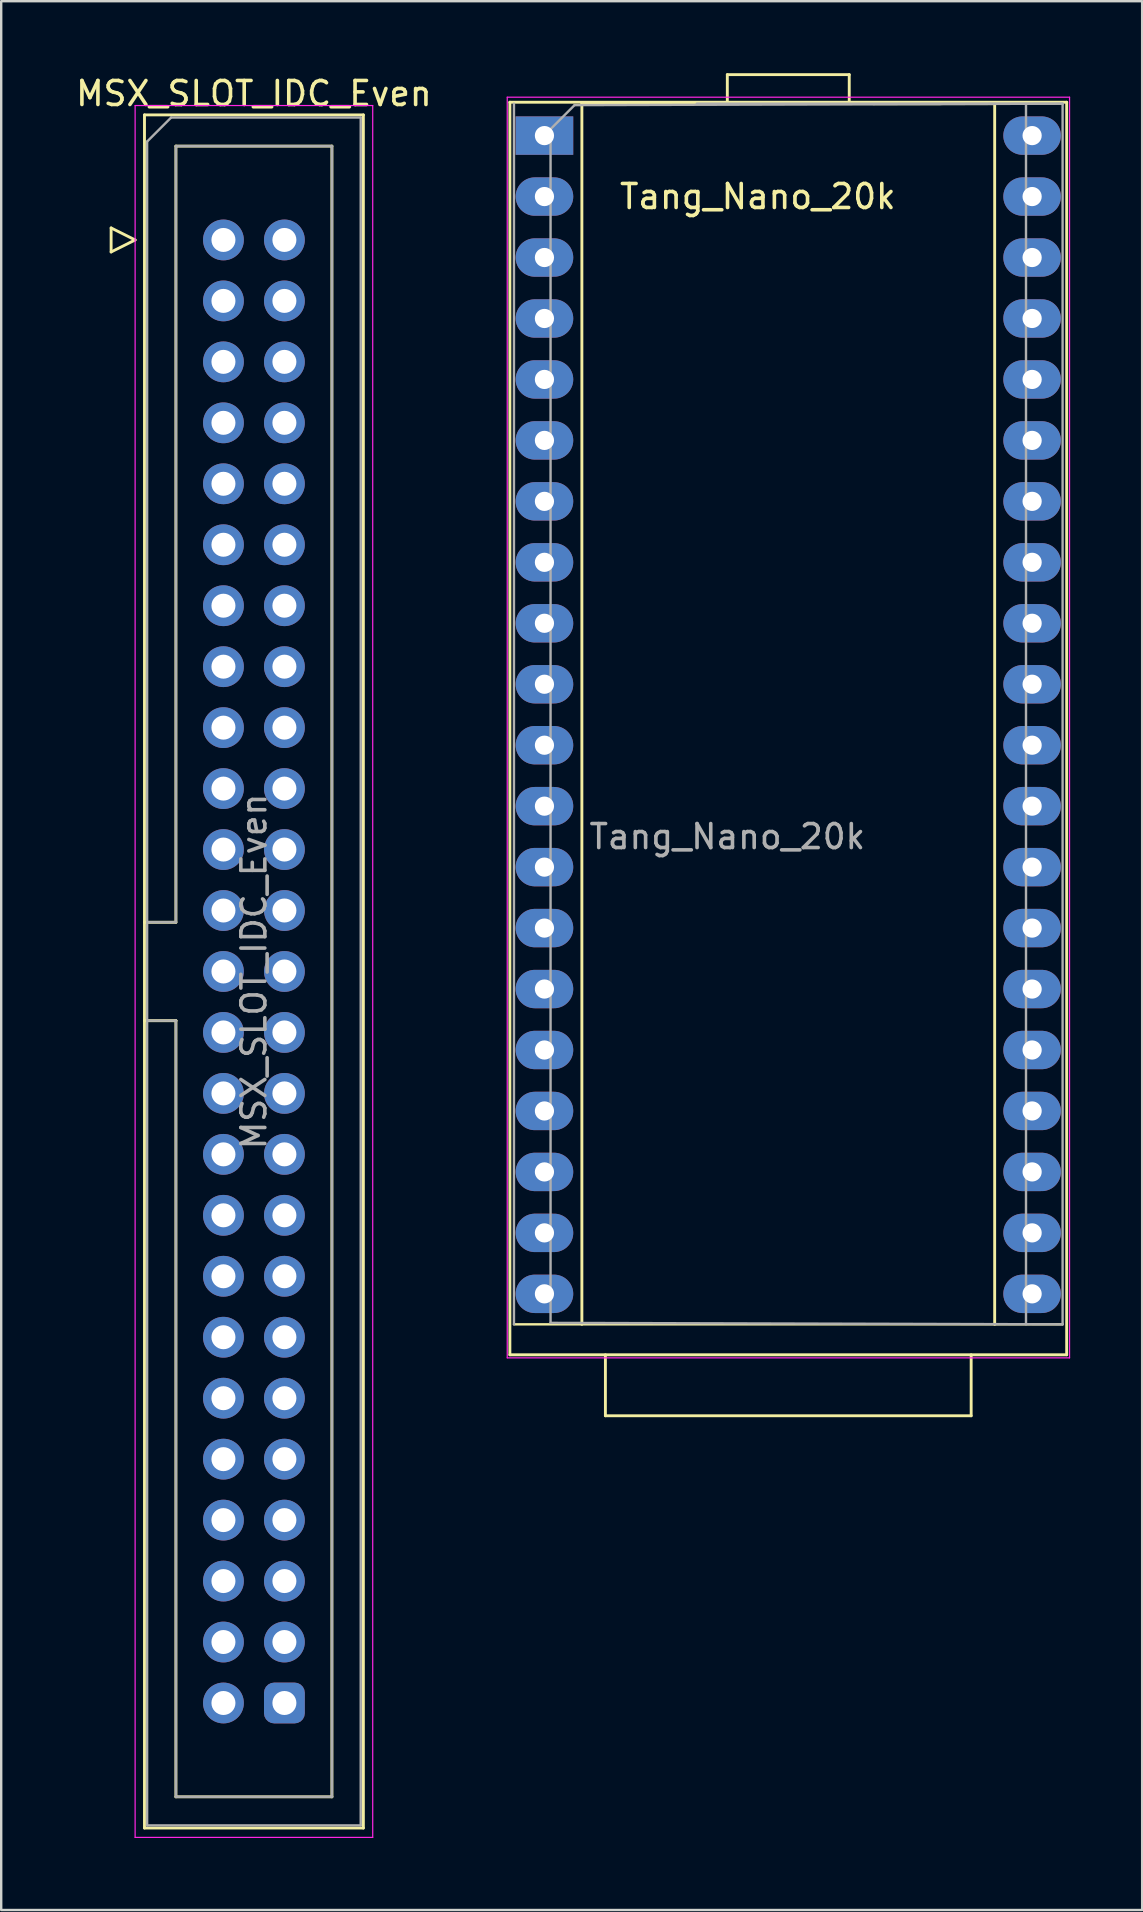
<source format=kicad_pcb>
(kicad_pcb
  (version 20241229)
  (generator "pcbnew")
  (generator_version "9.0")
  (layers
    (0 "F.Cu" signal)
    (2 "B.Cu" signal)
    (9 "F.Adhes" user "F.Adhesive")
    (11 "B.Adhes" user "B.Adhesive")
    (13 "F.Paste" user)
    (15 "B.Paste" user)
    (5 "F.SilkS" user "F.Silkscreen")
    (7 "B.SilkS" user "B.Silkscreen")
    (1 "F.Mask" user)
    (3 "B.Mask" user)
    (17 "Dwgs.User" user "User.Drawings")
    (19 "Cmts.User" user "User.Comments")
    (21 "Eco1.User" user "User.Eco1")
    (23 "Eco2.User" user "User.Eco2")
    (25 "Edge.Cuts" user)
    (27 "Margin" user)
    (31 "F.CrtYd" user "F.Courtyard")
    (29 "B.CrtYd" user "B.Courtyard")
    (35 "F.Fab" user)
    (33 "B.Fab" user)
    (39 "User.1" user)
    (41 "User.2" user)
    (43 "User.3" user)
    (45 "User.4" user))
  (footprint "Tang_Nano_20k"
    (layer "F.Cu")
    (at 19.635 2.6)
    (property "Reference" "Tang_Nano_20k" (at 8.89 2.54 0) (layer "F.SilkS") (effects (font (size 1 1) (thickness 0.15))))
    (attr through_hole)
    (fp_line (start -1.44 -1.39) (end -1.44 50.8) (stroke (width 0.12) (type solid)) (layer "F.SilkS"))
    (fp_line (start -1.44 50.8) (end 21.76 50.8) (stroke (width 0.12) (type solid)) (layer "F.SilkS"))
    (fp_line (start -1.27 49.53) (end 21.59 49.53) (stroke (width 0.1) (type solid)) (layer "F.SilkS"))
    (fp_line (start 1.56 -1.33) (end 1.56 49.53) (stroke (width 0.12) (type solid)) (layer "F.SilkS"))
    (fp_line (start 2.54 50.8) (end 2.54 53.34) (stroke (width 0.12) (type solid)) (layer "F.SilkS"))
    (fp_line (start 2.54 53.34) (end 17.78 53.34) (stroke (width 0.12) (type solid)) (layer "F.SilkS"))
    (fp_line (start 7.62 -2.54) (end 12.7 -2.54) (stroke (width 0.12) (type solid)) (layer "F.SilkS"))
    (fp_line (start 7.62 -1.33) (end 7.62 -2.54) (stroke (width 0.12) (type solid)) (layer "F.SilkS"))
    (fp_line (start 12.7 -2.54) (end 12.7 -1.397) (stroke (width 0.12) (type solid)) (layer "F.SilkS"))
    (fp_line (start 16.51 -1.33) (end 1.56 -1.33) (stroke (width 0.12) (type solid)) (layer "F.SilkS"))
    (fp_line (start 17.78 53.34) (end 17.78 50.8) (stroke (width 0.12) (type solid)) (layer "F.SilkS"))
    (fp_line (start 18.76 -1.33) (end 13.7 -1.33) (stroke (width 0.12) (type solid)) (layer "F.SilkS"))
    (fp_line (start 18.76 49.53) (end 18.76 -1.33) (stroke (width 0.12) (type solid)) (layer "F.SilkS"))
    (fp_line (start 21.76 -1.39) (end -1.44 -1.39) (stroke (width 0.12) (type solid)) (layer "F.SilkS"))
    (fp_line (start 21.76 50.8) (end 21.76 -1.39) (stroke (width 0.12) (type solid)) (layer "F.SilkS"))
    (fp_line (start -1.55 -1.6) (end -1.55 50.927) (stroke (width 0.05) (type solid)) (layer "F.CrtYd"))
    (fp_line (start -1.55 50.927) (end 21.88 50.927) (stroke (width 0.05) (type solid)) (layer "F.CrtYd"))
    (fp_line (start 21.88 -1.6) (end -1.55 -1.6) (stroke (width 0.05) (type solid)) (layer "F.CrtYd"))
    (fp_line (start 21.88 50.927) (end 21.88 -1.6) (stroke (width 0.05) (type solid)) (layer "F.CrtYd"))
    (fp_line (start -1.27 -1.33) (end -1.27 49.53) (stroke (width 0.1) (type solid)) (layer "F.Fab"))
    (fp_line (start 0.255 -0.27) (end 1.255 -1.27) (stroke (width 0.1) (type solid)) (layer "F.Fab"))
    (fp_line (start 0.255 49.47) (end 0.255 -0.27) (stroke (width 0.1) (type solid)) (layer "F.Fab"))
    (fp_line (start 1.255 -1.27) (end 21.59 -1.33) (stroke (width 0.1) (type solid)) (layer "F.Fab"))
    (fp_line (start 20.065 -1.27) (end 20.065 49.53) (stroke (width 0.1) (type solid)) (layer "F.Fab"))
    (fp_line (start 21.59 -1.33) (end 6.35 -1.33) (stroke (width 0.1) (type solid)) (layer "F.Fab"))
    (fp_line (start 21.59 49.53) (end 0.255 49.47) (stroke (width 0.1) (type solid)) (layer "F.Fab"))
    (fp_line (start 21.59 49.53) (end 21.59 -1.33) (stroke (width 0.1) (type solid)) (layer "F.Fab"))
    (fp_text user "${REFERENCE}" (at 7.62 29.21 0) (layer "F.Fab") (effects (font (size 1 1) (thickness 0.15))))
    (pad "1" thru_hole rect (at 0 0) (size 2.4 1.6) (drill 0.8) (layers "*.Cu" "*.Mask"))
    (pad "2" thru_hole oval (at 0 2.54) (size 2.4 1.6) (drill 0.8) (layers "*.Cu" "*.Mask"))
    (pad "3" thru_hole oval (at 0 5.08) (size 2.4 1.6) (drill 0.8) (layers "*.Cu" "*.Mask"))
    (pad "4" thru_hole oval (at 0 7.62) (size 2.4 1.6) (drill 0.8) (layers "*.Cu" "*.Mask"))
    (pad "5" thru_hole oval (at 0 10.16) (size 2.4 1.6) (drill 0.8) (layers "*.Cu" "*.Mask"))
    (pad "6" thru_hole oval (at 0 12.7) (size 2.4 1.6) (drill 0.8) (layers "*.Cu" "*.Mask"))
    (pad "7" thru_hole oval (at 0 15.24) (size 2.4 1.6) (drill 0.8) (layers "*.Cu" "*.Mask"))
    (pad "8" thru_hole oval (at 0 17.78) (size 2.4 1.6) (drill 0.8) (layers "*.Cu" "*.Mask"))
    (pad "9" thru_hole oval (at 0 20.32) (size 2.4 1.6) (drill 0.8) (layers "*.Cu" "*.Mask"))
    (pad "10" thru_hole oval (at 0 22.86) (size 2.4 1.6) (drill 0.8) (layers "*.Cu" "*.Mask"))
    (pad "11" thru_hole oval (at 0 25.4) (size 2.4 1.6) (drill 0.8) (layers "*.Cu" "*.Mask"))
    (pad "12" thru_hole oval (at 0 27.94) (size 2.4 1.6) (drill 0.8) (layers "*.Cu" "*.Mask"))
    (pad "13" thru_hole oval (at 0 30.48) (size 2.4 1.6) (drill 0.8) (layers "*.Cu" "*.Mask"))
    (pad "14" thru_hole oval (at 0 33.02) (size 2.4 1.6) (drill 0.8) (layers "*.Cu" "*.Mask"))
    (pad "15" thru_hole oval (at 0 35.56) (size 2.4 1.6) (drill 0.8) (layers "*.Cu" "*.Mask"))
    (pad "16" thru_hole oval (at 0 38.1) (size 2.4 1.6) (drill 0.8) (layers "*.Cu" "*.Mask"))
    (pad "17" thru_hole oval (at 0 40.64) (size 2.4 1.6) (drill 0.8) (layers "*.Cu" "*.Mask"))
    (pad "18" thru_hole oval (at 0 43.18) (size 2.4 1.6) (drill 0.8) (layers "*.Cu" "*.Mask"))
    (pad "19" thru_hole oval (at 0 45.72) (size 2.4 1.6) (drill 0.8) (layers "*.Cu" "*.Mask"))
    (pad "20" thru_hole oval (at 0 48.26) (size 2.4 1.6) (drill 0.8) (layers "*.Cu" "*.Mask"))
    (pad "21" thru_hole oval (at 20.32 48.26) (size 2.4 1.6) (drill 0.8) (layers "*.Cu" "*.Mask"))
    (pad "22" thru_hole oval (at 20.32 45.72) (size 2.4 1.6) (drill 0.8) (layers "*.Cu" "*.Mask"))
    (pad "23" thru_hole oval (at 20.32 43.18) (size 2.4 1.6) (drill 0.8) (layers "*.Cu" "*.Mask"))
    (pad "24" thru_hole oval (at 20.32 40.64) (size 2.4 1.6) (drill 0.8) (layers "*.Cu" "*.Mask"))
    (pad "25" thru_hole oval (at 20.32 38.1) (size 2.4 1.6) (drill 0.8) (layers "*.Cu" "*.Mask"))
    (pad "26" thru_hole oval (at 20.32 35.56) (size 2.4 1.6) (drill 0.8) (layers "*.Cu" "*.Mask"))
    (pad "27" thru_hole oval (at 20.32 33.02) (size 2.4 1.6) (drill 0.8) (layers "*.Cu" "*.Mask"))
    (pad "28" thru_hole oval (at 20.32 30.48) (size 2.4 1.6) (drill 0.8) (layers "*.Cu" "*.Mask"))
    (pad "29" thru_hole oval (at 20.32 27.94) (size 2.4 1.6) (drill 0.8) (layers "*.Cu" "*.Mask"))
    (pad "30" thru_hole oval (at 20.32 25.4) (size 2.4 1.6) (drill 0.8) (layers "*.Cu" "*.Mask"))
    (pad "31" thru_hole oval (at 20.32 22.86) (size 2.4 1.6) (drill 0.8) (layers "*.Cu" "*.Mask"))
    (pad "32" thru_hole oval (at 20.32 20.32) (size 2.4 1.6) (drill 0.8) (layers "*.Cu" "*.Mask"))
    (pad "33" thru_hole oval (at 20.32 17.78) (size 2.4 1.6) (drill 0.8) (layers "*.Cu" "*.Mask"))
    (pad "34" thru_hole oval (at 20.32 15.24) (size 2.4 1.6) (drill 0.8) (layers "*.Cu" "*.Mask"))
    (pad "35" thru_hole oval (at 20.32 12.7) (size 2.4 1.6) (drill 0.8) (layers "*.Cu" "*.Mask"))
    (pad "36" thru_hole oval (at 20.32 10.16) (size 2.4 1.6) (drill 0.8) (layers "*.Cu" "*.Mask"))
    (pad "37" thru_hole oval (at 20.32 7.62) (size 2.4 1.6) (drill 0.8) (layers "*.Cu" "*.Mask"))
    (pad "38" thru_hole oval (at 20.32 5.08) (size 2.4 1.6) (drill 0.8) (layers "*.Cu" "*.Mask"))
    (pad "39" thru_hole oval (at 20.32 2.54) (size 2.4 1.6) (drill 0.8) (layers "*.Cu" "*.Mask"))
    (pad "40" thru_hole oval (at 20.32 0) (size 2.4 1.6) (drill 0.8) (layers "*.Cu" "*.Mask")))
  (footprint "MSX_SLOT_IDC_Even"
    (layer "F.Cu")
    (at 6.26 6.948)
    (property "Reference" "MSX_SLOT_IDC_Even" (at 1.27 -6.1 0) (layer "F.SilkS") (effects (font (size 1 1) (thickness 0.15))))
    (attr through_hole)
    (fp_line (start -4.68 -0.5) (end -4.68 0.5) (stroke (width 0.12) (type solid)) (layer "F.SilkS"))
    (fp_line (start -4.68 0.5) (end -3.68 0) (stroke (width 0.12) (type solid)) (layer "F.SilkS"))
    (fp_line (start -3.68 0) (end -4.68 -0.5) (stroke (width 0.12) (type solid)) (layer "F.SilkS"))
    (fp_line (start -3.29 -5.21) (end 5.83 -5.21) (stroke (width 0.12) (type solid)) (layer "F.SilkS"))
    (fp_line (start -3.29 28.43) (end -1.98 28.43) (stroke (width 0.12) (type solid)) (layer "F.SilkS"))
    (fp_line (start -3.29 66.17) (end -3.29 -5.21) (stroke (width 0.12) (type solid)) (layer "F.SilkS"))
    (fp_line (start -1.98 -3.91) (end 4.52 -3.91) (stroke (width 0.12) (type solid)) (layer "F.SilkS"))
    (fp_line (start -1.98 28.43) (end -1.98 -3.91) (stroke (width 0.12) (type solid)) (layer "F.SilkS"))
    (fp_line (start -1.98 32.53) (end -3.29 32.53) (stroke (width 0.12) (type solid)) (layer "F.SilkS"))
    (fp_line (start -1.98 32.53) (end -1.98 32.53) (stroke (width 0.12) (type solid)) (layer "F.SilkS"))
    (fp_line (start -1.98 64.87) (end -1.98 32.53) (stroke (width 0.12) (type solid)) (layer "F.SilkS"))
    (fp_line (start 4.52 -3.91) (end 4.52 64.87) (stroke (width 0.12) (type solid)) (layer "F.SilkS"))
    (fp_line (start 4.52 64.87) (end -1.98 64.87) (stroke (width 0.12) (type solid)) (layer "F.SilkS"))
    (fp_line (start 5.83 -5.21) (end 5.83 66.17) (stroke (width 0.12) (type solid)) (layer "F.SilkS"))
    (fp_line (start 5.83 66.17) (end -3.29 66.17) (stroke (width 0.12) (type solid)) (layer "F.SilkS"))
    (fp_line (start -3.68 -5.6) (end -3.68 66.56) (stroke (width 0.05) (type solid)) (layer "F.CrtYd"))
    (fp_line (start -3.68 66.56) (end 6.22 66.56) (stroke (width 0.05) (type solid)) (layer "F.CrtYd"))
    (fp_line (start 6.22 -5.6) (end -3.68 -5.6) (stroke (width 0.05) (type solid)) (layer "F.CrtYd"))
    (fp_line (start 6.22 66.56) (end 6.22 -5.6) (stroke (width 0.05) (type solid)) (layer "F.CrtYd"))
    (fp_line (start -3.18 -4.1) (end -2.18 -5.1) (stroke (width 0.1) (type solid)) (layer "F.Fab"))
    (fp_line (start -3.18 28.43) (end -1.98 28.43) (stroke (width 0.1) (type solid)) (layer "F.Fab"))
    (fp_line (start -3.18 66.06) (end -3.18 -4.1) (stroke (width 0.1) (type solid)) (layer "F.Fab"))
    (fp_line (start -2.18 -5.1) (end 5.72 -5.1) (stroke (width 0.1) (type solid)) (layer "F.Fab"))
    (fp_line (start -1.98 -3.91) (end 4.52 -3.91) (stroke (width 0.1) (type solid)) (layer "F.Fab"))
    (fp_line (start -1.98 28.43) (end -1.98 -3.91) (stroke (width 0.1) (type solid)) (layer "F.Fab"))
    (fp_line (start -1.98 32.53) (end -3.18 32.53) (stroke (width 0.1) (type solid)) (layer "F.Fab"))
    (fp_line (start -1.98 32.53) (end -1.98 32.53) (stroke (width 0.1) (type solid)) (layer "F.Fab"))
    (fp_line (start -1.98 64.87) (end -1.98 32.53) (stroke (width 0.1) (type solid)) (layer "F.Fab"))
    (fp_line (start 4.52 -3.91) (end 4.52 64.87) (stroke (width 0.1) (type solid)) (layer "F.Fab"))
    (fp_line (start 4.52 64.87) (end -1.98 64.87) (stroke (width 0.1) (type solid)) (layer "F.Fab"))
    (fp_line (start 5.72 -5.1) (end 5.72 66.06) (stroke (width 0.1) (type solid)) (layer "F.Fab"))
    (fp_line (start 5.72 66.06) (end -3.18 66.06) (stroke (width 0.1) (type solid)) (layer "F.Fab"))
    (fp_text user "${REFERENCE}" (at 1.27 30.48 90) (layer "F.Fab") (effects (font (size 1 1) (thickness 0.15))))
    (pad "1" thru_hole roundrect (at 2.54 60.96) (size 1.7 1.7) (drill 1) (layers "*.Cu" "*.Mask") (roundrect_rratio 0.25))
    (pad "2" thru_hole circle (at 0 60.96) (size 1.7 1.7) (drill 1) (layers "*.Cu" "*.Mask"))
    (pad "3" thru_hole circle (at 2.54 58.42) (size 1.7 1.7) (drill 1) (layers "*.Cu" "*.Mask"))
    (pad "4" thru_hole circle (at 0 58.42) (size 1.7 1.7) (drill 1) (layers "*.Cu" "*.Mask"))
    (pad "5" thru_hole circle (at 2.54 55.88) (size 1.7 1.7) (drill 1) (layers "*.Cu" "*.Mask"))
    (pad "6" thru_hole circle (at 0 55.88) (size 1.7 1.7) (drill 1) (layers "*.Cu" "*.Mask"))
    (pad "7" thru_hole circle (at 2.54 53.34) (size 1.7 1.7) (drill 1) (layers "*.Cu" "*.Mask"))
    (pad "8" thru_hole circle (at 0 53.34) (size 1.7 1.7) (drill 1) (layers "*.Cu" "*.Mask"))
    (pad "9" thru_hole circle (at 2.54 50.8) (size 1.7 1.7) (drill 1) (layers "*.Cu" "*.Mask"))
    (pad "10" thru_hole circle (at 0 50.8) (size 1.7 1.7) (drill 1) (layers "*.Cu" "*.Mask"))
    (pad "11" thru_hole circle (at 2.54 48.26) (size 1.7 1.7) (drill 1) (layers "*.Cu" "*.Mask"))
    (pad "12" thru_hole circle (at 0 48.26) (size 1.7 1.7) (drill 1) (layers "*.Cu" "*.Mask"))
    (pad "13" thru_hole circle (at 2.54 45.72) (size 1.7 1.7) (drill 1) (layers "*.Cu" "*.Mask"))
    (pad "14" thru_hole circle (at 0 45.72) (size 1.7 1.7) (drill 1) (layers "*.Cu" "*.Mask"))
    (pad "15" thru_hole circle (at 2.54 43.18) (size 1.7 1.7) (drill 1) (layers "*.Cu" "*.Mask"))
    (pad "16" thru_hole circle (at 0 43.18) (size 1.7 1.7) (drill 1) (layers "*.Cu" "*.Mask"))
    (pad "17" thru_hole circle (at 2.54 40.64) (size 1.7 1.7) (drill 1) (layers "*.Cu" "*.Mask"))
    (pad "18" thru_hole circle (at 0 40.64) (size 1.7 1.7) (drill 1) (layers "*.Cu" "*.Mask"))
    (pad "19" thru_hole circle (at 2.54 38.1) (size 1.7 1.7) (drill 1) (layers "*.Cu" "*.Mask"))
    (pad "20" thru_hole circle (at 0 38.1) (size 1.7 1.7) (drill 1) (layers "*.Cu" "*.Mask"))
    (pad "21" thru_hole circle (at 2.54 35.56) (size 1.7 1.7) (drill 1) (layers "*.Cu" "*.Mask"))
    (pad "22" thru_hole circle (at 0 35.56) (size 1.7 1.7) (drill 1) (layers "*.Cu" "*.Mask"))
    (pad "23" thru_hole circle (at 2.54 33.02) (size 1.7 1.7) (drill 1) (layers "*.Cu" "*.Mask"))
    (pad "24" thru_hole circle (at 0 33.02) (size 1.7 1.7) (drill 1) (layers "*.Cu" "*.Mask"))
    (pad "25" thru_hole circle (at 2.54 30.48) (size 1.7 1.7) (drill 1) (layers "*.Cu" "*.Mask"))
    (pad "26" thru_hole circle (at 0 30.48) (size 1.7 1.7) (drill 1) (layers "*.Cu" "*.Mask"))
    (pad "27" thru_hole circle (at 2.54 27.94) (size 1.7 1.7) (drill 1) (layers "*.Cu" "*.Mask"))
    (pad "28" thru_hole circle (at 0 27.94) (size 1.7 1.7) (drill 1) (layers "*.Cu" "*.Mask"))
    (pad "29" thru_hole circle (at 2.54 25.4) (size 1.7 1.7) (drill 1) (layers "*.Cu" "*.Mask"))
    (pad "30" thru_hole circle (at 0 25.4) (size 1.7 1.7) (drill 1) (layers "*.Cu" "*.Mask"))
    (pad "31" thru_hole circle (at 2.54 22.86) (size 1.7 1.7) (drill 1) (layers "*.Cu" "*.Mask"))
    (pad "32" thru_hole circle (at 0 22.86) (size 1.7 1.7) (drill 1) (layers "*.Cu" "*.Mask"))
    (pad "33" thru_hole circle (at 2.54 20.32) (size 1.7 1.7) (drill 1) (layers "*.Cu" "*.Mask"))
    (pad "34" thru_hole circle (at 0 20.32) (size 1.7 1.7) (drill 1) (layers "*.Cu" "*.Mask"))
    (pad "35" thru_hole circle (at 2.54 17.78) (size 1.7 1.7) (drill 1) (layers "*.Cu" "*.Mask"))
    (pad "36" thru_hole circle (at 0 17.78) (size 1.7 1.7) (drill 1) (layers "*.Cu" "*.Mask"))
    (pad "37" thru_hole circle (at 2.54 15.24) (size 1.7 1.7) (drill 1) (layers "*.Cu" "*.Mask"))
    (pad "38" thru_hole circle (at 0 15.24) (size 1.7 1.7) (drill 1) (layers "*.Cu" "*.Mask"))
    (pad "39" thru_hole circle (at 2.54 12.7) (size 1.7 1.7) (drill 1) (layers "*.Cu" "*.Mask"))
    (pad "40" thru_hole circle (at 0 12.7) (size 1.7 1.7) (drill 1) (layers "*.Cu" "*.Mask"))
    (pad "41" thru_hole circle (at 2.54 10.16) (size 1.7 1.7) (drill 1) (layers "*.Cu" "*.Mask"))
    (pad "42" thru_hole circle (at 0 10.16) (size 1.7 1.7) (drill 1) (layers "*.Cu" "*.Mask"))
    (pad "43" thru_hole circle (at 2.54 7.62) (size 1.7 1.7) (drill 1) (layers "*.Cu" "*.Mask"))
    (pad "44" thru_hole circle (at 0 7.62) (size 1.7 1.7) (drill 1) (layers "*.Cu" "*.Mask"))
    (pad "45" thru_hole circle (at 2.54 5.08) (size 1.7 1.7) (drill 1) (layers "*.Cu" "*.Mask"))
    (pad "46" thru_hole circle (at 0 5.08) (size 1.7 1.7) (drill 1) (layers "*.Cu" "*.Mask"))
    (pad "47" thru_hole circle (at 2.54 2.54) (size 1.7 1.7) (drill 1) (layers "*.Cu" "*.Mask"))
    (pad "48" thru_hole circle (at 0 2.54) (size 1.7 1.7) (drill 1) (layers "*.Cu" "*.Mask"))
    (pad "49" thru_hole circle (at 2.54 0) (size 1.7 1.7) (drill 1) (layers "*.Cu" "*.Mask"))
    (pad "50" thru_hole circle (at 0 0) (size 1.7 1.7) (drill 1) (layers "*.Cu" "*.Mask")))
  (gr_rect
    (start -3 -3)
    (end 44.54 76.533)
    (stroke (width 0.1) (type default))
    (fill no)
    (layer "Edge.Cuts")))
</source>
